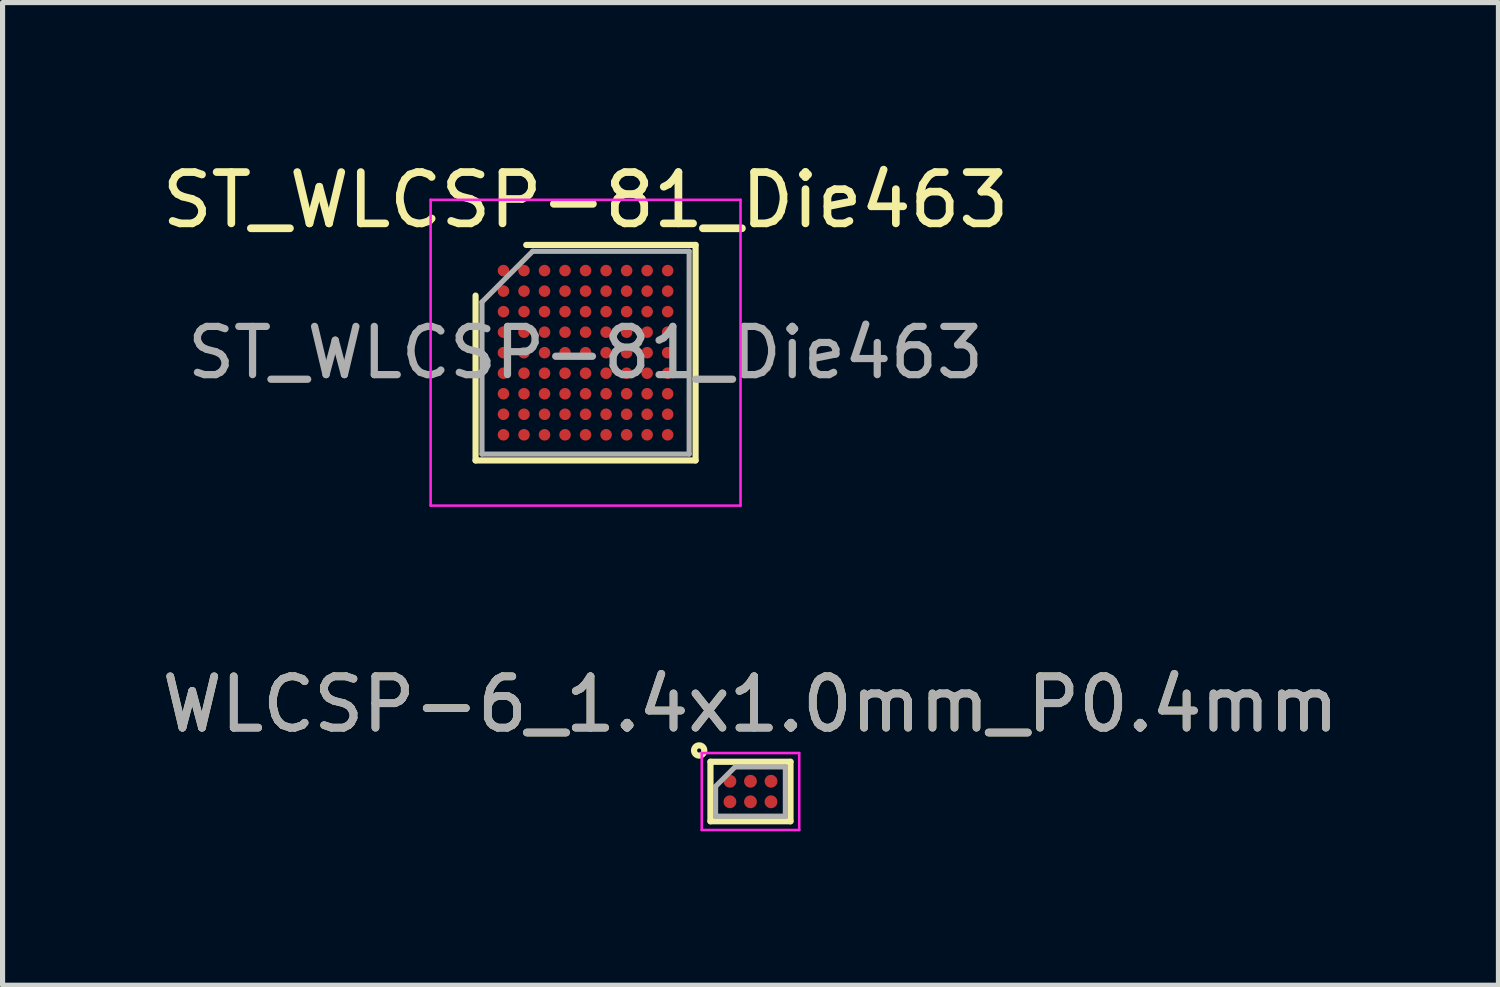
<source format=kicad_pcb>
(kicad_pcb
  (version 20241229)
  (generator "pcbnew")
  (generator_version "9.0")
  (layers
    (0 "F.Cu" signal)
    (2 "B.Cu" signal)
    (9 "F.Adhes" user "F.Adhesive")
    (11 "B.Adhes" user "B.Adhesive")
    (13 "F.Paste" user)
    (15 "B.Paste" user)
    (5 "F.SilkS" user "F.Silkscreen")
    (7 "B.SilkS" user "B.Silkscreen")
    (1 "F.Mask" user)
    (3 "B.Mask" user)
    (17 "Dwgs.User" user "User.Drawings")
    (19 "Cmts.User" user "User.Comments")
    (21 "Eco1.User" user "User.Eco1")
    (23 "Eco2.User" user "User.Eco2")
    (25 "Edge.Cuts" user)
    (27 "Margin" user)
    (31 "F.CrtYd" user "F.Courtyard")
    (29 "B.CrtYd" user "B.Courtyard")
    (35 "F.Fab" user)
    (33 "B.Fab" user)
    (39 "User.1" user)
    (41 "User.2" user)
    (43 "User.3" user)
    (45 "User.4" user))
  (footprint "ST_WLCSP-81_Die463"
    (layer "F.Cu")
    (at 8.363 3.824)
    (property "Reference" "ST_WLCSP-81_Die463" (at 0 -2.975 0) (layer "F.SilkS") (effects (font (size 1 1) (thickness 0.15))))
    (attr smd)
    (fp_line (start -2.144 2.1) (end -2.144 -1.113) (stroke (width 0.12) (type solid)) (layer "F.SilkS"))
    (fp_line (start -1.157 -2.1) (end 2.144 -2.1) (stroke (width 0.12) (type solid)) (layer "F.SilkS"))
    (fp_line (start 2.144 -2.1) (end 2.144 2.1) (stroke (width 0.12) (type solid)) (layer "F.SilkS"))
    (fp_line (start 2.144 2.1) (end -2.144 2.1) (stroke (width 0.12) (type solid)) (layer "F.SilkS"))
    (fp_line (start -3.02 -2.98) (end -3.02 2.98) (stroke (width 0.05) (type solid)) (layer "F.CrtYd"))
    (fp_line (start -3.02 2.98) (end 3.02 2.98) (stroke (width 0.05) (type solid)) (layer "F.CrtYd"))
    (fp_line (start 3.02 -2.98) (end -3.02 -2.98) (stroke (width 0.05) (type solid)) (layer "F.CrtYd"))
    (fp_line (start 3.02 2.98) (end 3.02 -2.98) (stroke (width 0.05) (type solid)) (layer "F.CrtYd"))
    (fp_line (start -2.019 -0.988) (end -1.032 -1.976) (stroke (width 0.1) (type solid)) (layer "F.Fab"))
    (fp_line (start -2.019 1.976) (end -2.019 -0.988) (stroke (width 0.1) (type solid)) (layer "F.Fab"))
    (fp_line (start -1.032 -1.976) (end 2.019 -1.976) (stroke (width 0.1) (type solid)) (layer "F.Fab"))
    (fp_line (start 2.019 -1.976) (end 2.019 1.976) (stroke (width 0.1) (type solid)) (layer "F.Fab"))
    (fp_line (start 2.019 1.976) (end -2.019 1.976) (stroke (width 0.1) (type solid)) (layer "F.Fab"))
    (fp_text user "${REFERENCE}" (at 0 0 0) (layer "F.Fab") (effects (font (size 0.94 0.94) (thickness 0.141))))
    (pad "A1" smd circle (at -1.6 -1.6) (size 0.225 0.225) (layers "F.Cu" "F.Mask" "F.Paste"))
    (pad "A2" smd circle (at -1.2 -1.6) (size 0.225 0.225) (layers "F.Cu" "F.Mask" "F.Paste"))
    (pad "A3" smd circle (at -0.8 -1.6) (size 0.225 0.225) (layers "F.Cu" "F.Mask" "F.Paste"))
    (pad "A4" smd circle (at -0.4 -1.6) (size 0.225 0.225) (layers "F.Cu" "F.Mask" "F.Paste"))
    (pad "A5" smd circle (at 0 -1.6) (size 0.225 0.225) (layers "F.Cu" "F.Mask" "F.Paste"))
    (pad "A6" smd circle (at 0.4 -1.6) (size 0.225 0.225) (layers "F.Cu" "F.Mask" "F.Paste"))
    (pad "A7" smd circle (at 0.8 -1.6) (size 0.225 0.225) (layers "F.Cu" "F.Mask" "F.Paste"))
    (pad "A8" smd circle (at 1.2 -1.6) (size 0.225 0.225) (layers "F.Cu" "F.Mask" "F.Paste"))
    (pad "A9" smd circle (at 1.6 -1.6) (size 0.225 0.225) (layers "F.Cu" "F.Mask" "F.Paste"))
    (pad "B1" smd circle (at -1.6 -1.2) (size 0.225 0.225) (layers "F.Cu" "F.Mask" "F.Paste"))
    (pad "B2" smd circle (at -1.2 -1.2) (size 0.225 0.225) (layers "F.Cu" "F.Mask" "F.Paste"))
    (pad "B3" smd circle (at -0.8 -1.2) (size 0.225 0.225) (layers "F.Cu" "F.Mask" "F.Paste"))
    (pad "B4" smd circle (at -0.4 -1.2) (size 0.225 0.225) (layers "F.Cu" "F.Mask" "F.Paste"))
    (pad "B5" smd circle (at 0 -1.2) (size 0.225 0.225) (layers "F.Cu" "F.Mask" "F.Paste"))
    (pad "B6" smd circle (at 0.4 -1.2) (size 0.225 0.225) (layers "F.Cu" "F.Mask" "F.Paste"))
    (pad "B7" smd circle (at 0.8 -1.2) (size 0.225 0.225) (layers "F.Cu" "F.Mask" "F.Paste"))
    (pad "B8" smd circle (at 1.2 -1.2) (size 0.225 0.225) (layers "F.Cu" "F.Mask" "F.Paste"))
    (pad "B9" smd circle (at 1.6 -1.2) (size 0.225 0.225) (layers "F.Cu" "F.Mask" "F.Paste"))
    (pad "C1" smd circle (at -1.6 -0.8) (size 0.225 0.225) (layers "F.Cu" "F.Mask" "F.Paste"))
    (pad "C2" smd circle (at -1.2 -0.8) (size 0.225 0.225) (layers "F.Cu" "F.Mask" "F.Paste"))
    (pad "C3" smd circle (at -0.8 -0.8) (size 0.225 0.225) (layers "F.Cu" "F.Mask" "F.Paste"))
    (pad "C4" smd circle (at -0.4 -0.8) (size 0.225 0.225) (layers "F.Cu" "F.Mask" "F.Paste"))
    (pad "C5" smd circle (at 0 -0.8) (size 0.225 0.225) (layers "F.Cu" "F.Mask" "F.Paste"))
    (pad "C6" smd circle (at 0.4 -0.8) (size 0.225 0.225) (layers "F.Cu" "F.Mask" "F.Paste"))
    (pad "C7" smd circle (at 0.8 -0.8) (size 0.225 0.225) (layers "F.Cu" "F.Mask" "F.Paste"))
    (pad "C8" smd circle (at 1.2 -0.8) (size 0.225 0.225) (layers "F.Cu" "F.Mask" "F.Paste"))
    (pad "C9" smd circle (at 1.6 -0.8) (size 0.225 0.225) (layers "F.Cu" "F.Mask" "F.Paste"))
    (pad "D1" smd circle (at -1.6 -0.4) (size 0.225 0.225) (layers "F.Cu" "F.Mask" "F.Paste"))
    (pad "D2" smd circle (at -1.2 -0.4) (size 0.225 0.225) (layers "F.Cu" "F.Mask" "F.Paste"))
    (pad "D3" smd circle (at -0.8 -0.4) (size 0.225 0.225) (layers "F.Cu" "F.Mask" "F.Paste"))
    (pad "D4" smd circle (at -0.4 -0.4) (size 0.225 0.225) (layers "F.Cu" "F.Mask" "F.Paste"))
    (pad "D5" smd circle (at 0 -0.4) (size 0.225 0.225) (layers "F.Cu" "F.Mask" "F.Paste"))
    (pad "D6" smd circle (at 0.4 -0.4) (size 0.225 0.225) (layers "F.Cu" "F.Mask" "F.Paste"))
    (pad "D7" smd circle (at 0.8 -0.4) (size 0.225 0.225) (layers "F.Cu" "F.Mask" "F.Paste"))
    (pad "D8" smd circle (at 1.2 -0.4) (size 0.225 0.225) (layers "F.Cu" "F.Mask" "F.Paste"))
    (pad "D9" smd circle (at 1.6 -0.4) (size 0.225 0.225) (layers "F.Cu" "F.Mask" "F.Paste"))
    (pad "E1" smd circle (at -1.6 0) (size 0.225 0.225) (layers "F.Cu" "F.Mask" "F.Paste"))
    (pad "E2" smd circle (at -1.2 0) (size 0.225 0.225) (layers "F.Cu" "F.Mask" "F.Paste"))
    (pad "E3" smd circle (at -0.8 0) (size 0.225 0.225) (layers "F.Cu" "F.Mask" "F.Paste"))
    (pad "E4" smd circle (at -0.4 0) (size 0.225 0.225) (layers "F.Cu" "F.Mask" "F.Paste"))
    (pad "E5" smd circle (at 0 0) (size 0.225 0.225) (layers "F.Cu" "F.Mask" "F.Paste"))
    (pad "E6" smd circle (at 0.4 0) (size 0.225 0.225) (layers "F.Cu" "F.Mask" "F.Paste"))
    (pad "E7" smd circle (at 0.8 0) (size 0.225 0.225) (layers "F.Cu" "F.Mask" "F.Paste"))
    (pad "E8" smd circle (at 1.2 0) (size 0.225 0.225) (layers "F.Cu" "F.Mask" "F.Paste"))
    (pad "E9" smd circle (at 1.6 0) (size 0.225 0.225) (layers "F.Cu" "F.Mask" "F.Paste"))
    (pad "F1" smd circle (at -1.6 0.4) (size 0.225 0.225) (layers "F.Cu" "F.Mask" "F.Paste"))
    (pad "F2" smd circle (at -1.2 0.4) (size 0.225 0.225) (layers "F.Cu" "F.Mask" "F.Paste"))
    (pad "F3" smd circle (at -0.8 0.4) (size 0.225 0.225) (layers "F.Cu" "F.Mask" "F.Paste"))
    (pad "F4" smd circle (at -0.4 0.4) (size 0.225 0.225) (layers "F.Cu" "F.Mask" "F.Paste"))
    (pad "F5" smd circle (at 0 0.4) (size 0.225 0.225) (layers "F.Cu" "F.Mask" "F.Paste"))
    (pad "F6" smd circle (at 0.4 0.4) (size 0.225 0.225) (layers "F.Cu" "F.Mask" "F.Paste"))
    (pad "F7" smd circle (at 0.8 0.4) (size 0.225 0.225) (layers "F.Cu" "F.Mask" "F.Paste"))
    (pad "F8" smd circle (at 1.2 0.4) (size 0.225 0.225) (layers "F.Cu" "F.Mask" "F.Paste"))
    (pad "F9" smd circle (at 1.6 0.4) (size 0.225 0.225) (layers "F.Cu" "F.Mask" "F.Paste"))
    (pad "G1" smd circle (at -1.6 0.8) (size 0.225 0.225) (layers "F.Cu" "F.Mask" "F.Paste"))
    (pad "G2" smd circle (at -1.2 0.8) (size 0.225 0.225) (layers "F.Cu" "F.Mask" "F.Paste"))
    (pad "G3" smd circle (at -0.8 0.8) (size 0.225 0.225) (layers "F.Cu" "F.Mask" "F.Paste"))
    (pad "G4" smd circle (at -0.4 0.8) (size 0.225 0.225) (layers "F.Cu" "F.Mask" "F.Paste"))
    (pad "G5" smd circle (at 0 0.8) (size 0.225 0.225) (layers "F.Cu" "F.Mask" "F.Paste"))
    (pad "G6" smd circle (at 0.4 0.8) (size 0.225 0.225) (layers "F.Cu" "F.Mask" "F.Paste"))
    (pad "G7" smd circle (at 0.8 0.8) (size 0.225 0.225) (layers "F.Cu" "F.Mask" "F.Paste"))
    (pad "G8" smd circle (at 1.2 0.8) (size 0.225 0.225) (layers "F.Cu" "F.Mask" "F.Paste"))
    (pad "G9" smd circle (at 1.6 0.8) (size 0.225 0.225) (layers "F.Cu" "F.Mask" "F.Paste"))
    (pad "H1" smd circle (at -1.6 1.2) (size 0.225 0.225) (layers "F.Cu" "F.Mask" "F.Paste"))
    (pad "H2" smd circle (at -1.2 1.2) (size 0.225 0.225) (layers "F.Cu" "F.Mask" "F.Paste"))
    (pad "H3" smd circle (at -0.8 1.2) (size 0.225 0.225) (layers "F.Cu" "F.Mask" "F.Paste"))
    (pad "H4" smd circle (at -0.4 1.2) (size 0.225 0.225) (layers "F.Cu" "F.Mask" "F.Paste"))
    (pad "H5" smd circle (at 0 1.2) (size 0.225 0.225) (layers "F.Cu" "F.Mask" "F.Paste"))
    (pad "H6" smd circle (at 0.4 1.2) (size 0.225 0.225) (layers "F.Cu" "F.Mask" "F.Paste"))
    (pad "H7" smd circle (at 0.8 1.2) (size 0.225 0.225) (layers "F.Cu" "F.Mask" "F.Paste"))
    (pad "H8" smd circle (at 1.2 1.2) (size 0.225 0.225) (layers "F.Cu" "F.Mask" "F.Paste"))
    (pad "H9" smd circle (at 1.6 1.2) (size 0.225 0.225) (layers "F.Cu" "F.Mask" "F.Paste"))
    (pad "J1" smd circle (at -1.6 1.6) (size 0.225 0.225) (layers "F.Cu" "F.Mask" "F.Paste"))
    (pad "J2" smd circle (at -1.2 1.6) (size 0.225 0.225) (layers "F.Cu" "F.Mask" "F.Paste"))
    (pad "J3" smd circle (at -0.8 1.6) (size 0.225 0.225) (layers "F.Cu" "F.Mask" "F.Paste"))
    (pad "J4" smd circle (at -0.4 1.6) (size 0.225 0.225) (layers "F.Cu" "F.Mask" "F.Paste"))
    (pad "J5" smd circle (at 0 1.6) (size 0.225 0.225) (layers "F.Cu" "F.Mask" "F.Paste"))
    (pad "J6" smd circle (at 0.4 1.6) (size 0.225 0.225) (layers "F.Cu" "F.Mask" "F.Paste"))
    (pad "J7" smd circle (at 0.8 1.6) (size 0.225 0.225) (layers "F.Cu" "F.Mask" "F.Paste"))
    (pad "J8" smd circle (at 1.2 1.6) (size 0.225 0.225) (layers "F.Cu" "F.Mask" "F.Paste"))
    (pad "J9" smd circle (at 1.6 1.6) (size 0.225 0.225) (layers "F.Cu" "F.Mask" "F.Paste")))
  (footprint "WLCSP-6_1.4x1.0mm_P0.4mm"
    (layer "F.Cu")
    (at 11.577 12.377)
    (property "Reference" "WLCSP-6_1.4x1.0mm_P0.4mm" (at 0 -1.7 0) (layer "F.SilkS") (effects (font (size 1 1) (thickness 0.15))))
    (attr smd)
    (fp_line (start -0.78 -0.58) (end 0.78 -0.58) (stroke (width 0.12) (type solid)) (layer "F.SilkS"))
    (fp_line (start -0.78 0.58) (end -0.78 -0.58) (stroke (width 0.12) (type solid)) (layer "F.SilkS"))
    (fp_line (start 0.78 -0.58) (end 0.78 0.58) (stroke (width 0.12) (type solid)) (layer "F.SilkS"))
    (fp_line (start 0.78 0.58) (end -0.78 0.58) (stroke (width 0.12) (type solid)) (layer "F.SilkS"))
    (fp_circle (center -1 -0.8) (end -0.9 -0.8) (stroke (width 0.12) (type solid)) (fill no) (layer "F.SilkS"))
    (fp_line (start -0.95 -0.75) (end 0.95 -0.75) (stroke (width 0.05) (type solid)) (layer "F.CrtYd"))
    (fp_line (start -0.95 0.75) (end -0.95 -0.75) (stroke (width 0.05) (type solid)) (layer "F.CrtYd"))
    (fp_line (start 0.95 -0.75) (end 0.95 0.75) (stroke (width 0.05) (type solid)) (layer "F.CrtYd"))
    (fp_line (start 0.95 0.75) (end -0.95 0.75) (stroke (width 0.05) (type solid)) (layer "F.CrtYd"))
    (fp_line (start -0.68 -0.1) (end -0.3 -0.48) (stroke (width 0.1) (type solid)) (layer "F.Fab"))
    (fp_line (start -0.68 0.48) (end -0.68 -0.1) (stroke (width 0.1) (type solid)) (layer "F.Fab"))
    (fp_line (start -0.3 -0.48) (end 0.68 -0.48) (stroke (width 0.1) (type solid)) (layer "F.Fab"))
    (fp_line (start 0.68 -0.48) (end 0.68 0.48) (stroke (width 0.1) (type solid)) (layer "F.Fab"))
    (fp_line (start 0.68 0.48) (end -0.68 0.48) (stroke (width 0.1) (type solid)) (layer "F.Fab"))
    (fp_text user "${REFERENCE}" (at 0 -1.7 0) (layer "F.Fab") (effects (font (size 1 1) (thickness 0.15))))
    (pad "A1" smd circle (at -0.4 -0.2 90) (size 0.25 0.25) (layers "F.Cu" "F.Mask" "F.Paste"))
    (pad "A2" smd circle (at -0.4 0.2 90) (size 0.25 0.25) (layers "F.Cu" "F.Mask" "F.Paste"))
    (pad "B1" smd circle (at 0 -0.2 90) (size 0.25 0.25) (layers "F.Cu" "F.Mask" "F.Paste"))
    (pad "B2" smd circle (at 0 0.2 90) (size 0.25 0.25) (layers "F.Cu" "F.Mask" "F.Paste"))
    (pad "C1" smd circle (at 0.4 -0.2 90) (size 0.25 0.25) (layers "F.Cu" "F.Mask" "F.Paste"))
    (pad "C2" smd circle (at 0.4 0.2 90) (size 0.25 0.25) (layers "F.Cu" "F.Mask" "F.Paste")))
  (gr_rect
    (start -3 -3)
    (end 26.155 16.152)
    (stroke (width 0.1) (type default))
    (fill no)
    (layer "Edge.Cuts")))
</source>
